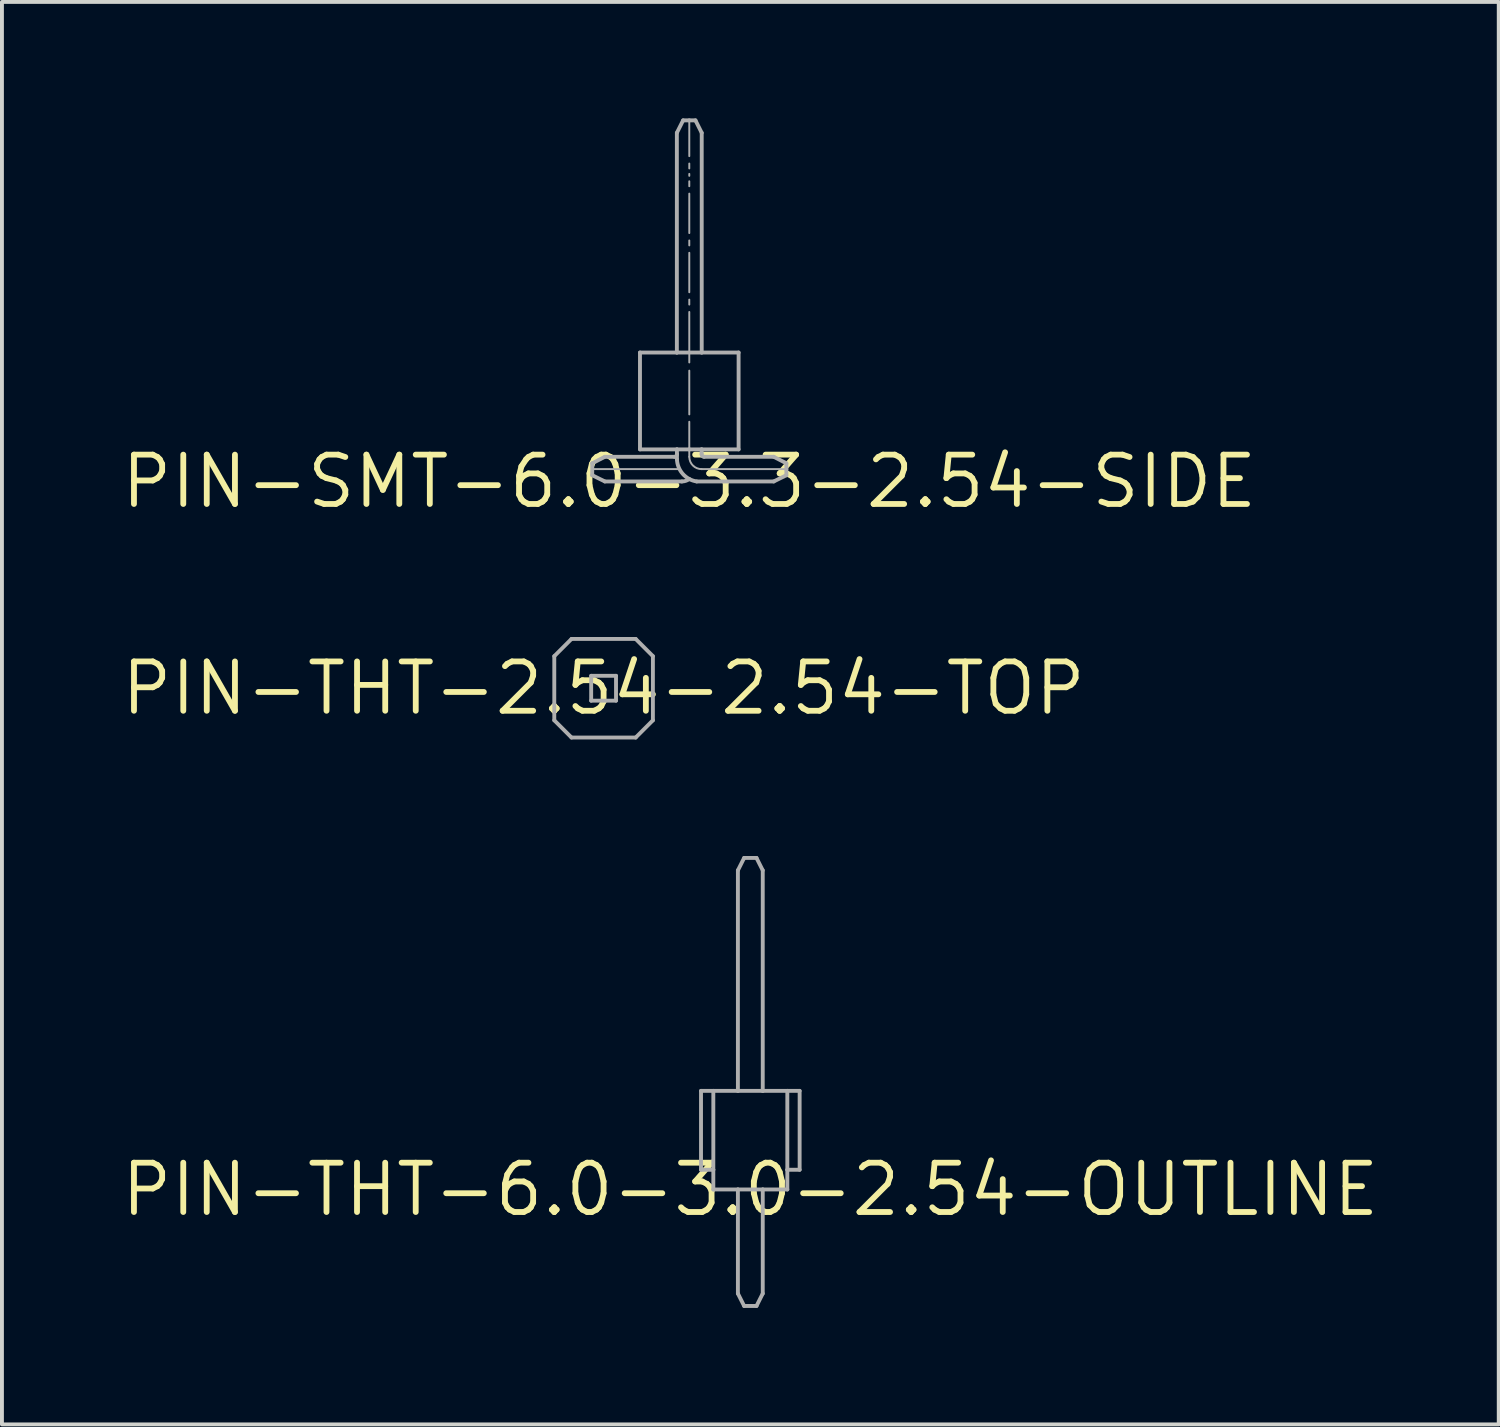
<source format=kicad_pcb>
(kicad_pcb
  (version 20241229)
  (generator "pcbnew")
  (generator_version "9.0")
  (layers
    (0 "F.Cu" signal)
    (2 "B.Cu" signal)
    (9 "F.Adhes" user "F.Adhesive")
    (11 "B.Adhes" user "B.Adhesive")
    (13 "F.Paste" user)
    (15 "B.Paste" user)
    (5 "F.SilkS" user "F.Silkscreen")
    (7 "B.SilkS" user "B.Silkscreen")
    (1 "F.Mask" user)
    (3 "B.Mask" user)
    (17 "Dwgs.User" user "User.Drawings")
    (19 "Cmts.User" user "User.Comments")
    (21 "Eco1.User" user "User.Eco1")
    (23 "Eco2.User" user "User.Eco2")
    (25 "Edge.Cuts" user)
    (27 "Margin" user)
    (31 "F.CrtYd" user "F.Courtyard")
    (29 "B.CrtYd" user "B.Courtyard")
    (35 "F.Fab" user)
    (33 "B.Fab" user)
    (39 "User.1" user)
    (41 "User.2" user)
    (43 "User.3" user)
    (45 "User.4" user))
  (footprint "PIN-THT-2.54-2.54-TOP"
    (layer "F.Cu")
    (at 12.496 14.676)
    (property "Reference" "PIN-THT-2.54-2.54-TOP" (at 0 0 0) (unlocked yes) (layer "F.SilkS") (effects (font (size 1.27 1.27) (thickness 0.15))))
    (fp_line (start -1.27 -0.826) (end -1.27 0.826) (stroke (width 0.1) (type solid)) (layer "F.Fab"))
    (fp_line (start -1.27 0.826) (end -0.826 1.27) (stroke (width 0.1) (type solid)) (layer "F.Fab"))
    (fp_line (start -0.826 -1.27) (end -1.27 -0.826) (stroke (width 0.1) (type solid)) (layer "F.Fab"))
    (fp_line (start -0.32 -0.32) (end -0.32 0.32) (stroke (width 0.1) (type solid)) (layer "F.Fab"))
    (fp_line (start -0.32 0.32) (end 0.32 0.32) (stroke (width 0.1) (type solid)) (layer "F.Fab"))
    (fp_line (start 0.32 -0.32) (end -0.32 -0.32) (stroke (width 0.1) (type solid)) (layer "F.Fab"))
    (fp_line (start 0.32 0.32) (end 0.32 -0.32) (stroke (width 0.1) (type solid)) (layer "F.Fab"))
    (fp_line (start 0.826 -1.27) (end -0.826 -1.27) (stroke (width 0.1) (type solid)) (layer "F.Fab"))
    (fp_line (start 0.826 1.27) (end -0.826 1.27) (stroke (width 0.1) (type solid)) (layer "F.Fab"))
    (fp_line (start 0.826 1.27) (end 1.27 0.826) (stroke (width 0.1) (type solid)) (layer "F.Fab"))
    (fp_line (start 1.27 -0.826) (end 0.826 -1.27) (stroke (width 0.1) (type solid)) (layer "F.Fab"))
    (fp_line (start 1.27 0.826) (end 1.27 -0.826) (stroke (width 0.1) (type solid)) (layer "F.Fab")))
  (footprint "PIN-THT-6.0-3.0-2.54-OUTLINE"
    (layer "F.Cu")
    (at 16.275 27.586)
    (property "Reference" "PIN-THT-6.0-3.0-2.54-OUTLINE" (at 0 0 0) (unlocked yes) (layer "F.SilkS") (effects (font (size 1.27 1.27) (thickness 0.15))))
    (fp_line (start -1.27 -2.54) (end -0.953 -2.54) (stroke (width 0.1) (type solid)) (layer "F.Fab"))
    (fp_line (start -1.27 -0.508) (end -1.27 -2.54) (stroke (width 0.1) (type solid)) (layer "F.Fab"))
    (fp_line (start -1.27 -0.508) (end -0.953 -0.508) (stroke (width 0.1) (type solid)) (layer "F.Fab"))
    (fp_line (start -0.953 -2.54) (end -0.32 -2.54) (stroke (width 0.1) (type solid)) (layer "F.Fab"))
    (fp_line (start -0.953 -0.508) (end -0.953 -2.54) (stroke (width 0.1) (type solid)) (layer "F.Fab"))
    (fp_line (start -0.953 -0.508) (end -0.953 0) (stroke (width 0.1) (type solid)) (layer "F.Fab"))
    (fp_line (start -0.32 -8.22) (end -0.159 -8.54) (stroke (width 0.1) (type solid)) (layer "F.Fab"))
    (fp_line (start -0.32 -2.54) (end -0.32 -8.22) (stroke (width 0.1) (type solid)) (layer "F.Fab"))
    (fp_line (start -0.32 -2.54) (end 0.32 -2.54) (stroke (width 0.1) (type solid)) (layer "F.Fab"))
    (fp_line (start -0.32 0) (end -0.953 0) (stroke (width 0.1) (type solid)) (layer "F.Fab"))
    (fp_line (start -0.32 0) (end -0.32 2.68) (stroke (width 0.1) (type solid)) (layer "F.Fab"))
    (fp_line (start -0.159 -8.54) (end 0.159 -8.54) (stroke (width 0.1) (type solid)) (layer "F.Fab"))
    (fp_line (start -0.159 3) (end -0.32 2.68) (stroke (width 0.1) (type solid)) (layer "F.Fab"))
    (fp_line (start 0.159 -8.54) (end 0.32 -8.22) (stroke (width 0.1) (type solid)) (layer "F.Fab"))
    (fp_line (start 0.159 3) (end -0.159 3) (stroke (width 0.1) (type solid)) (layer "F.Fab"))
    (fp_line (start 0.32 -2.54) (end 0.32 -8.22) (stroke (width 0.1) (type solid)) (layer "F.Fab"))
    (fp_line (start 0.32 -2.54) (end 0.953 -2.54) (stroke (width 0.1) (type solid)) (layer "F.Fab"))
    (fp_line (start 0.32 0) (end -0.32 0) (stroke (width 0.1) (type solid)) (layer "F.Fab"))
    (fp_line (start 0.32 0) (end 0.32 2.68) (stroke (width 0.1) (type solid)) (layer "F.Fab"))
    (fp_line (start 0.32 2.68) (end 0.159 3) (stroke (width 0.1) (type solid)) (layer "F.Fab"))
    (fp_line (start 0.953 -2.54) (end 1.27 -2.54) (stroke (width 0.1) (type solid)) (layer "F.Fab"))
    (fp_line (start 0.953 -0.508) (end 0.953 -2.54) (stroke (width 0.1) (type solid)) (layer "F.Fab"))
    (fp_line (start 0.953 -0.508) (end 0.953 0) (stroke (width 0.1) (type solid)) (layer "F.Fab"))
    (fp_line (start 0.953 0) (end 0.32 0) (stroke (width 0.1) (type solid)) (layer "F.Fab"))
    (fp_line (start 1.27 -2.54) (end 1.27 -0.508) (stroke (width 0.1) (type solid)) (layer "F.Fab"))
    (fp_line (start 1.27 -0.508) (end 0.953 -0.508) (stroke (width 0.1) (type solid)) (layer "F.Fab")))
  (footprint "PIN-SMT-6.0-3.3-2.54-SIDE"
    (layer "F.Cu")
    (at 14.703 9.35)
    (property "Reference" "PIN-SMT-6.0-3.3-2.54-SIDE" (at 0 0 0) (unlocked yes) (layer "F.SilkS") (effects (font (size 1.27 1.27) (thickness 0.15))))
    (fp_line (start -2.5 -0.468) (end -2.5 -0.16) (stroke (width 0.1) (type solid)) (layer "F.Fab"))
    (fp_line (start -2.5 -0.16) (end -2.175 0) (stroke (width 0.1) (type solid)) (layer "F.Fab"))
    (fp_line (start -2.175 -0.635) (end -2.5 -0.468) (stroke (width 0.1) (type solid)) (layer "F.Fab"))
    (fp_line (start -2.175 -0.635) (end -0.381 -0.635) (stroke (width 0.1) (type solid)) (layer "F.Fab"))
    (fp_line (start -1.27 -3.32) (end -0.32 -3.32) (stroke (width 0.1) (type solid)) (layer "F.Fab"))
    (fp_line (start -1.27 -0.826) (end -1.27 -3.32) (stroke (width 0.1) (type solid)) (layer "F.Fab"))
    (fp_line (start -1.27 -0.826) (end -0.318 -0.826) (stroke (width 0.1) (type solid)) (layer "F.Fab"))
    (fp_line (start -0.32 -8.979) (end -0.159 -9.3) (stroke (width 0.1) (type solid)) (layer "F.Fab"))
    (fp_line (start -0.32 -3.32) (end -0.32 -8.979) (stroke (width 0.1) (type solid)) (layer "F.Fab"))
    (fp_line (start -0.32 -3.32) (end 0.32 -3.32) (stroke (width 0.1) (type solid)) (layer "F.Fab"))
    (fp_line (start -0.318 -0.826) (end -0.318 -0.699) (stroke (width 0.1) (type solid)) (layer "F.Fab"))
    (fp_line (start -0.318 -0.572) (end -0.318 -0.699) (stroke (width 0.1) (type solid)) (layer "F.Fab"))
    (fp_line (start -0.267 -0.318) (end -2.5 -0.318) (stroke (width 0.05) (type solid)) (layer "F.Fab"))
    (fp_line (start -0.191 0) (end -2.175 0) (stroke (width 0.1) (type solid)) (layer "F.Fab"))
    (fp_line (start -0.159 -9.3) (end 0 -9.3) (stroke (width 0.1) (type solid)) (layer "F.Fab"))
    (fp_line (start 0 -9.3) (end 0.159 -9.3) (stroke (width 0.1) (type solid)) (layer "F.Fab"))
    (fp_line (start 0 -8.379) (end 0 -9.3) (stroke (width 0.05) (type solid)) (layer "F.Fab"))
    (fp_line (start 0 -8.188) (end 0 -8.062) (stroke (width 0.05) (type solid)) (layer "F.Fab"))
    (fp_line (start 0 -7.921) (end 0 -7.871) (stroke (width 0.05) (type solid)) (layer "F.Fab"))
    (fp_line (start 0 -7.731) (end 0 -7.604) (stroke (width 0.05) (type solid)) (layer "F.Fab"))
    (fp_line (start 0 -6.397) (end 0 -7.413) (stroke (width 0.05) (type solid)) (layer "F.Fab"))
    (fp_line (start 0 -6.207) (end 0 -6.08) (stroke (width 0.05) (type solid)) (layer "F.Fab"))
    (fp_line (start 0 -4.873) (end 0 -5.889) (stroke (width 0.05) (type solid)) (layer "F.Fab"))
    (fp_line (start 0 -4.683) (end 0 -4.556) (stroke (width 0.05) (type solid)) (layer "F.Fab"))
    (fp_line (start 0 -3.065) (end 0 -4.365) (stroke (width 0.05) (type solid)) (layer "F.Fab"))
    (fp_line (start 0 -2.854) (end 0 -1.727) (stroke (width 0.05) (type solid)) (layer "F.Fab"))
    (fp_line (start 0 -0.826) (end -0.318 -0.826) (stroke (width 0.1) (type solid)) (layer "F.Fab"))
    (fp_line (start 0 -0.826) (end 0 -1.537) (stroke (width 0.05) (type solid)) (layer "F.Fab"))
    (fp_line (start 0 -0.826) (end 0 -0.635) (stroke (width 0.05) (type solid)) (layer "F.Fab"))
    (fp_line (start 0.159 -9.3) (end 0.32 -8.979) (stroke (width 0.1) (type solid)) (layer "F.Fab"))
    (fp_line (start 0.191 0) (end 2.175 0) (stroke (width 0.1) (type solid)) (layer "F.Fab"))
    (fp_line (start 0.318 -0.826) (end 0 -0.826) (stroke (width 0.1) (type solid)) (layer "F.Fab"))
    (fp_line (start 0.318 -0.826) (end 0.318 -0.699) (stroke (width 0.1) (type solid)) (layer "F.Fab"))
    (fp_line (start 0.318 -0.318) (end 2.5 -0.318) (stroke (width 0.05) (type solid)) (layer "F.Fab"))
    (fp_line (start 0.32 -3.32) (end 0.32 -8.979) (stroke (width 0.1) (type solid)) (layer "F.Fab"))
    (fp_line (start 0.32 -3.32) (end 1.27 -3.32) (stroke (width 0.1) (type solid)) (layer "F.Fab"))
    (fp_line (start 1.27 -3.32) (end 1.27 -0.826) (stroke (width 0.1) (type solid)) (layer "F.Fab"))
    (fp_line (start 1.27 -0.826) (end 0.318 -0.826) (stroke (width 0.1) (type solid)) (layer "F.Fab"))
    (fp_line (start 2.175 -0.635) (end 0.381 -0.635) (stroke (width 0.1) (type solid)) (layer "F.Fab"))
    (fp_line (start 2.175 -0.635) (end 2.5 -0.468) (stroke (width 0.1) (type solid)) (layer "F.Fab"))
    (fp_line (start 2.5 -0.468) (end 2.5 -0.318) (stroke (width 0.1) (type solid)) (layer "F.Fab"))
    (fp_line (start 2.5 -0.318) (end 2.5 -0.16) (stroke (width 0.1) (type solid)) (layer "F.Fab"))
    (fp_line (start 2.5 -0.16) (end 2.175 0) (stroke (width 0.1) (type solid)) (layer "F.Fab"))
    (fp_arc (start -0.3175 -0.6985) (mid -0.336099 -0.653599) (end -0.381 -0.635) (stroke (width 0.1) (type solid)) (layer "F.Fab"))
    (fp_arc (start 0 -0.063499) (mid -0.090098 -0.016292) (end -0.1905 0) (stroke (width 0.1) (type solid)) (layer "F.Fab"))
    (fp_arc (start 0.1905 0) (mid -0.166956 -0.193789) (end -0.3175 -0.5715) (stroke (width 0.1) (type solid)) (layer "F.Fab"))
    (fp_arc (start 0.3175 -0.3175) (mid 0.092994 -0.410494) (end 0 -0.635) (stroke (width 0.05) (type solid)) (layer "F.Fab"))
    (fp_arc (start 0.381 -0.635) (mid 0.336099 -0.653599) (end 0.3175 -0.6985) (stroke (width 0.1) (type solid)) (layer "F.Fab")))
  (gr_rect
    (start -3 -3)
    (end 35.551 33.636)
    (stroke (width 0.1) (type default))
    (fill no)
    (layer "Edge.Cuts")))
</source>
